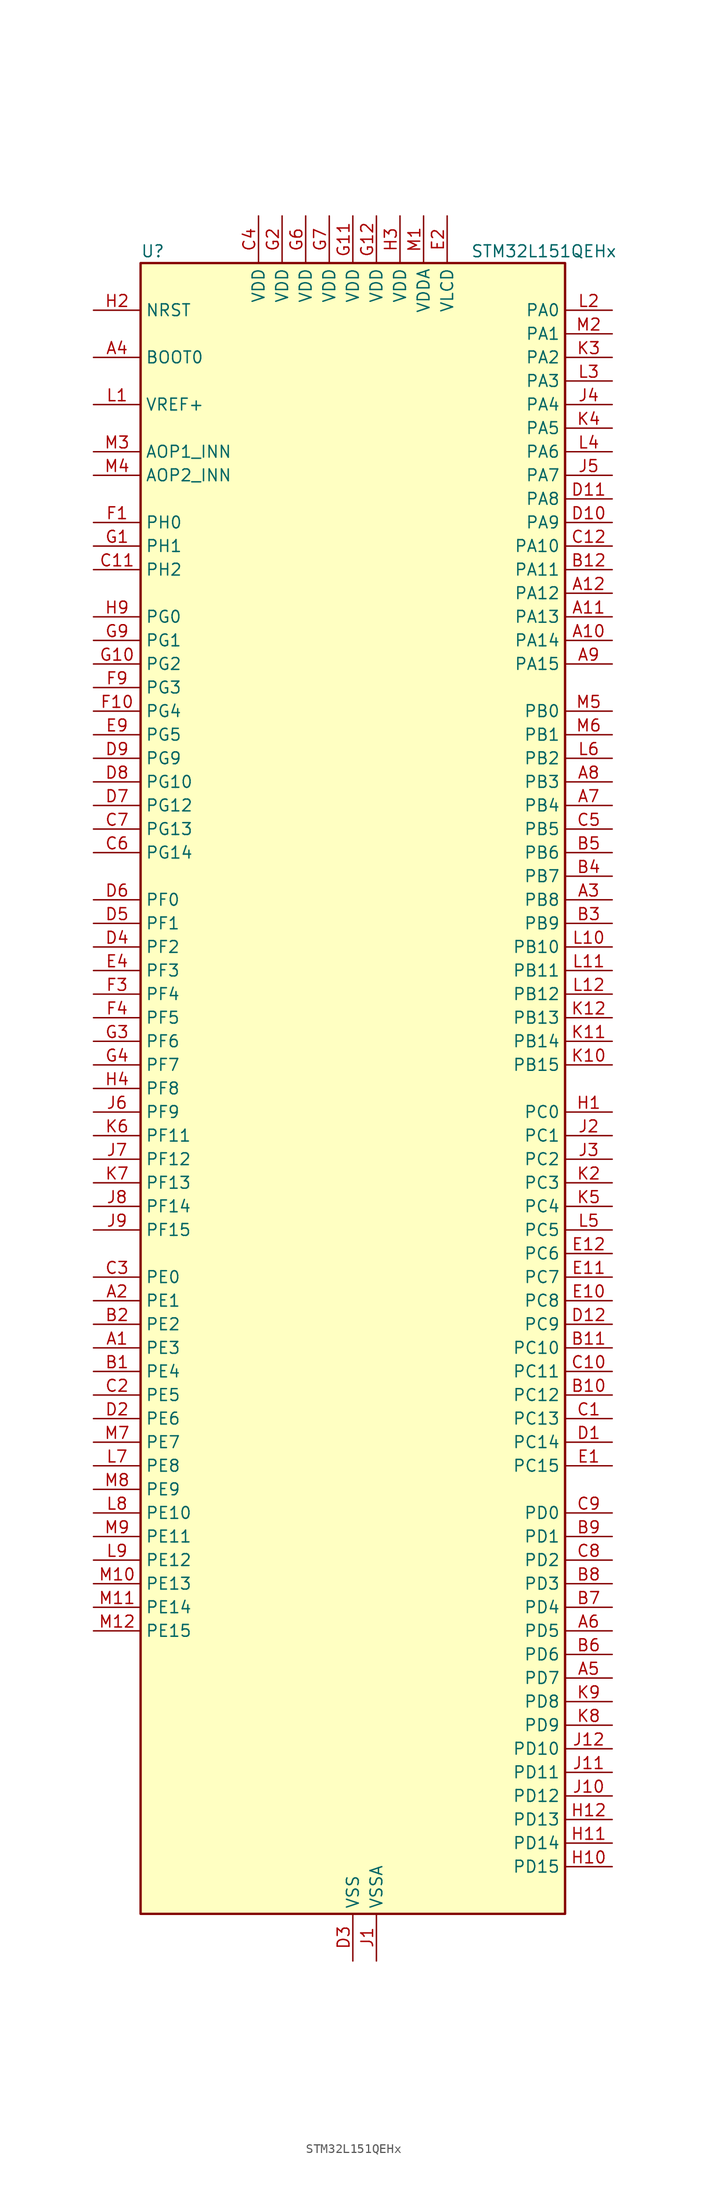
<source format=kicad_sym>
(kicad_symbol_lib
  (version 20241209)
  (generator "kicad_symbol_editor")
  (generator_version "9.0")
  (symbol "STM32L151QEHx"
    (property "Reference" "U"
      (at -22.86 90.17 0)
      (effects (font (size 1.27 1.27)) (justify left)))
    (property "Value" "STM32L151QEHx"
      (at 12.7 90.17 0)
      (effects (font (size 1.27 1.27)) (justify left)))
    (symbol "STM32L151QEHx_0_1"
      (rectangle (start -22.86 -88.9) (end 22.86 88.9) (stroke (width 0.254) (type default)) (fill (type background))))
    (symbol "STM32L151QEHx_1_1"
      (pin input line (at -27.94 83.82 0) (length 5.08) (name "NRST" (effects (font (size 1.27 1.27)))) (number "H2" (effects (font (size 1.27 1.27)))))
      (pin input line (at -27.94 78.74 0) (length 5.08) (name "BOOT0" (effects (font (size 1.27 1.27)))) (number "A4" (effects (font (size 1.27 1.27)))))
      (pin input line (at -27.94 73.66 0) (length 5.08) (name "VREF+" (effects (font (size 1.27 1.27)))) (number "L1" (effects (font (size 1.27 1.27)))))
      (pin input line (at -27.94 68.58 0) (length 5.08) (name "AOP1_INN" (effects (font (size 1.27 1.27)))) (number "M3" (effects (font (size 1.27 1.27)))) (alternate "OPAMP1_VINM" bidirectional line))
      (pin input line (at -27.94 66.04 0) (length 5.08) (name "AOP2_INN" (effects (font (size 1.27 1.27)))) (number "M4" (effects (font (size 1.27 1.27)))) (alternate "OPAMP2_VINM" bidirectional line))
      (pin bidirectional line (at -27.94 60.96 0) (length 5.08) (name "PH0" (effects (font (size 1.27 1.27)))) (number "F1" (effects (font (size 1.27 1.27)))) (alternate "RCC_OSC_IN" bidirectional line))
      (pin bidirectional line (at -27.94 58.42 0) (length 5.08) (name "PH1" (effects (font (size 1.27 1.27)))) (number "G1" (effects (font (size 1.27 1.27)))) (alternate "RCC_OSC_OUT" bidirectional line))
      (pin bidirectional line (at -27.94 55.88 0) (length 5.08) (name "PH2" (effects (font (size 1.27 1.27)))) (number "C11" (effects (font (size 1.27 1.27)))))
      (pin bidirectional line (at -27.94 50.8 0) (length 5.08) (name "PG0" (effects (font (size 1.27 1.27)))) (number "H9" (effects (font (size 1.27 1.27)))) (alternate "ADC_IN8b" bidirectional line) (alternate "TS_G2_IO4" bidirectional line))
      (pin bidirectional line (at -27.94 48.26 0) (length 5.08) (name "PG1" (effects (font (size 1.27 1.27)))) (number "G9" (effects (font (size 1.27 1.27)))) (alternate "ADC_IN9b" bidirectional line) (alternate "TS_G2_IO5" bidirectional line))
      (pin bidirectional line (at -27.94 45.72 0) (length 5.08) (name "PG2" (effects (font (size 1.27 1.27)))) (number "G10" (effects (font (size 1.27 1.27)))) (alternate "ADC_IN10b" bidirectional line) (alternate "TS_G7_IO5" bidirectional line))
      (pin bidirectional line (at -27.94 43.18 0) (length 5.08) (name "PG3" (effects (font (size 1.27 1.27)))) (number "F9" (effects (font (size 1.27 1.27)))) (alternate "ADC_IN11b" bidirectional line) (alternate "TS_G7_IO6" bidirectional line))
      (pin bidirectional line (at -27.94 40.64 0) (length 5.08) (name "PG4" (effects (font (size 1.27 1.27)))) (number "F10" (effects (font (size 1.27 1.27)))) (alternate "ADC_IN12b" bidirectional line) (alternate "TS_G7_IO7" bidirectional line))
      (pin bidirectional line (at -27.94 38.1 0) (length 5.08) (name "PG5" (effects (font (size 1.27 1.27)))) (number "E9" (effects (font (size 1.27 1.27)))))
      (pin bidirectional line (at -27.94 35.56 0) (length 5.08) (name "PG9" (effects (font (size 1.27 1.27)))) (number "D9" (effects (font (size 1.27 1.27)))) (alternate "DAC_EXTI9" bidirectional line))
      (pin bidirectional line (at -27.94 33.02 0) (length 5.08) (name "PG10" (effects (font (size 1.27 1.27)))) (number "D8" (effects (font (size 1.27 1.27)))))
      (pin bidirectional line (at -27.94 30.48 0) (length 5.08) (name "PG12" (effects (font (size 1.27 1.27)))) (number "D7" (effects (font (size 1.27 1.27)))))
      (pin bidirectional line (at -27.94 27.94 0) (length 5.08) (name "PG13" (effects (font (size 1.27 1.27)))) (number "C7" (effects (font (size 1.27 1.27)))))
      (pin bidirectional line (at -27.94 25.4 0) (length 5.08) (name "PG14" (effects (font (size 1.27 1.27)))) (number "C6" (effects (font (size 1.27 1.27)))))
      (pin bidirectional line (at -27.94 20.32 0) (length 5.08) (name "PF0" (effects (font (size 1.27 1.27)))) (number "D6" (effects (font (size 1.27 1.27)))))
      (pin bidirectional line (at -27.94 17.78 0) (length 5.08) (name "PF1" (effects (font (size 1.27 1.27)))) (number "D5" (effects (font (size 1.27 1.27)))))
      (pin bidirectional line (at -27.94 15.24 0) (length 5.08) (name "PF2" (effects (font (size 1.27 1.27)))) (number "D4" (effects (font (size 1.27 1.27)))))
      (pin bidirectional line (at -27.94 12.7 0) (length 5.08) (name "PF3" (effects (font (size 1.27 1.27)))) (number "E4" (effects (font (size 1.27 1.27)))))
      (pin bidirectional line (at -27.94 10.16 0) (length 5.08) (name "PF4" (effects (font (size 1.27 1.27)))) (number "F3" (effects (font (size 1.27 1.27)))))
      (pin bidirectional line (at -27.94 7.62 0) (length 5.08) (name "PF5" (effects (font (size 1.27 1.27)))) (number "F4" (effects (font (size 1.27 1.27)))))
      (pin bidirectional line (at -27.94 5.08 0) (length 5.08) (name "PF6" (effects (font (size 1.27 1.27)))) (number "G3" (effects (font (size 1.27 1.27)))) (alternate "ADC_IN27" bidirectional line) (alternate "TIM5_CH1" bidirectional line) (alternate "TIM5_ETR" bidirectional line) (alternate "TS_G11_IO1" bidirectional line))
      (pin bidirectional line (at -27.94 2.54 0) (length 5.08) (name "PF7" (effects (font (size 1.27 1.27)))) (number "G4" (effects (font (size 1.27 1.27)))) (alternate "ADC_IN28" bidirectional line) (alternate "COMP1_INP" bidirectional line) (alternate "TIM5_CH2" bidirectional line) (alternate "TS_G11_IO2" bidirectional line))
      (pin bidirectional line (at -27.94 0 0) (length 5.08) (name "PF8" (effects (font (size 1.27 1.27)))) (number "H4" (effects (font (size 1.27 1.27)))) (alternate "ADC_IN29" bidirectional line) (alternate "COMP1_INP" bidirectional line) (alternate "TIM5_CH3" bidirectional line) (alternate "TS_G11_IO3" bidirectional line))
      (pin bidirectional line (at -27.94 -2.54 0) (length 5.08) (name "PF9" (effects (font (size 1.27 1.27)))) (number "J6" (effects (font (size 1.27 1.27)))) (alternate "ADC_IN30" bidirectional line) (alternate "COMP1_INP" bidirectional line) (alternate "DAC_EXTI9" bidirectional line) (alternate "TIM5_CH4" bidirectional line) (alternate "TS_G11_IO4" bidirectional line))
      (pin bidirectional line (at -27.94 -5.08 0) (length 5.08) (name "PF11" (effects (font (size 1.27 1.27)))) (number "K6" (effects (font (size 1.27 1.27)))) (alternate "ADC_EXTI11" bidirectional line) (alternate "ADC_IN1b" bidirectional line) (alternate "TS_G3_IO4" bidirectional line))
      (pin bidirectional line (at -27.94 -7.62 0) (length 5.08) (name "PF12" (effects (font (size 1.27 1.27)))) (number "J7" (effects (font (size 1.27 1.27)))) (alternate "ADC_IN2b" bidirectional line) (alternate "TS_G3_IO5" bidirectional line))
      (pin bidirectional line (at -27.94 -10.16 0) (length 5.08) (name "PF13" (effects (font (size 1.27 1.27)))) (number "K7" (effects (font (size 1.27 1.27)))) (alternate "ADC_IN3b" bidirectional line) (alternate "TS_G9_IO3" bidirectional line))
      (pin bidirectional line (at -27.94 -12.7 0) (length 5.08) (name "PF14" (effects (font (size 1.27 1.27)))) (number "J8" (effects (font (size 1.27 1.27)))) (alternate "ADC_IN6b" bidirectional line) (alternate "TS_G9_IO4" bidirectional line))
      (pin bidirectional line (at -27.94 -15.24 0) (length 5.08) (name "PF15" (effects (font (size 1.27 1.27)))) (number "J9" (effects (font (size 1.27 1.27)))) (alternate "ADC_EXTI15" bidirectional line) (alternate "ADC_IN7b" bidirectional line) (alternate "TS_G2_IO3" bidirectional line))
      (pin bidirectional line (at -27.94 -20.32 0) (length 5.08) (name "PE0" (effects (font (size 1.27 1.27)))) (number "C3" (effects (font (size 1.27 1.27)))) (alternate "TIM10_CH1" bidirectional line) (alternate "TIM4_ETR" bidirectional line) (alternate "TIMX_IC1" bidirectional line))
      (pin bidirectional line (at -27.94 -22.86 0) (length 5.08) (name "PE1" (effects (font (size 1.27 1.27)))) (number "A2" (effects (font (size 1.27 1.27)))) (alternate "TIM11_CH1" bidirectional line) (alternate "TIMX_IC2" bidirectional line))
      (pin bidirectional line (at -27.94 -25.4 0) (length 5.08) (name "PE2" (effects (font (size 1.27 1.27)))) (number "B2" (effects (font (size 1.27 1.27)))) (alternate "SYS_TRACECK" bidirectional line) (alternate "TIM3_ETR" bidirectional line) (alternate "TIMX_IC3" bidirectional line))
      (pin bidirectional line (at -27.94 -27.94 0) (length 5.08) (name "PE3" (effects (font (size 1.27 1.27)))) (number "A1" (effects (font (size 1.27 1.27)))) (alternate "SYS_TRACED0" bidirectional line) (alternate "TIM3_CH1" bidirectional line) (alternate "TIMX_IC4" bidirectional line))
      (pin bidirectional line (at -27.94 -30.48 0) (length 5.08) (name "PE4" (effects (font (size 1.27 1.27)))) (number "B1" (effects (font (size 1.27 1.27)))) (alternate "SYS_TRACED1" bidirectional line) (alternate "TIM3_CH2" bidirectional line) (alternate "TIMX_IC1" bidirectional line))
      (pin bidirectional line (at -27.94 -33.02 0) (length 5.08) (name "PE5" (effects (font (size 1.27 1.27)))) (number "C2" (effects (font (size 1.27 1.27)))) (alternate "SYS_TRACED2" bidirectional line) (alternate "TIM9_CH1" bidirectional line) (alternate "TIMX_IC2" bidirectional line))
      (pin bidirectional line (at -27.94 -35.56 0) (length 5.08) (name "PE6" (effects (font (size 1.27 1.27)))) (number "D2" (effects (font (size 1.27 1.27)))) (alternate "RTC_TAMP3" bidirectional line) (alternate "SYS_TRACED3" bidirectional line) (alternate "SYS_WKUP3" bidirectional line) (alternate "TIM9_CH2" bidirectional line) (alternate "TIMX_IC3" bidirectional line))
      (pin bidirectional line (at -27.94 -38.1 0) (length 5.08) (name "PE7" (effects (font (size 1.27 1.27)))) (number "M7" (effects (font (size 1.27 1.27)))) (alternate "ADC_IN22" bidirectional line) (alternate "COMP1_INP" bidirectional line) (alternate "TIMX_IC4" bidirectional line))
      (pin bidirectional line (at -27.94 -40.64 0) (length 5.08) (name "PE8" (effects (font (size 1.27 1.27)))) (number "L7" (effects (font (size 1.27 1.27)))) (alternate "ADC_IN23" bidirectional line) (alternate "COMP1_INP" bidirectional line) (alternate "TIMX_IC1" bidirectional line))
      (pin bidirectional line (at -27.94 -43.18 0) (length 5.08) (name "PE9" (effects (font (size 1.27 1.27)))) (number "M8" (effects (font (size 1.27 1.27)))) (alternate "ADC_IN24" bidirectional line) (alternate "COMP1_INP" bidirectional line) (alternate "DAC_EXTI9" bidirectional line) (alternate "TIM2_CH1" bidirectional line) (alternate "TIM2_ETR" bidirectional line) (alternate "TIMX_IC2" bidirectional line))
      (pin bidirectional line (at -27.94 -45.72 0) (length 5.08) (name "PE10" (effects (font (size 1.27 1.27)))) (number "L8" (effects (font (size 1.27 1.27)))) (alternate "ADC_IN25" bidirectional line) (alternate "COMP1_INP" bidirectional line) (alternate "TIM2_CH2" bidirectional line) (alternate "TIMX_IC3" bidirectional line))
      (pin bidirectional line (at -27.94 -48.26 0) (length 5.08) (name "PE11" (effects (font (size 1.27 1.27)))) (number "M9" (effects (font (size 1.27 1.27)))) (alternate "ADC_EXTI11" bidirectional line) (alternate "TIM2_CH3" bidirectional line) (alternate "TIMX_IC4" bidirectional line))
      (pin bidirectional line (at -27.94 -50.8 0) (length 5.08) (name "PE12" (effects (font (size 1.27 1.27)))) (number "L9" (effects (font (size 1.27 1.27)))) (alternate "SPI1_NSS" bidirectional line) (alternate "TIM2_CH4" bidirectional line) (alternate "TIMX_IC1" bidirectional line))
      (pin bidirectional line (at -27.94 -53.34 0) (length 5.08) (name "PE13" (effects (font (size 1.27 1.27)))) (number "M10" (effects (font (size 1.27 1.27)))) (alternate "SPI1_SCK" bidirectional line) (alternate "TIMX_IC2" bidirectional line))
      (pin bidirectional line (at -27.94 -55.88 0) (length 5.08) (name "PE14" (effects (font (size 1.27 1.27)))) (number "M11" (effects (font (size 1.27 1.27)))) (alternate "SPI1_MISO" bidirectional line) (alternate "TIMX_IC3" bidirectional line))
      (pin bidirectional line (at -27.94 -58.42 0) (length 5.08) (name "PE15" (effects (font (size 1.27 1.27)))) (number "M12" (effects (font (size 1.27 1.27)))) (alternate "ADC_EXTI15" bidirectional line) (alternate "SPI1_MOSI" bidirectional line) (alternate "TIMX_IC4" bidirectional line))
      (pin no_connect line (at -22.86 -88.9 0) (length 5.08) (hide yes) (name "NC" (effects (font (size 1.27 1.27)))) (number "K1" (effects (font (size 1.27 1.27)))))
      (pin power_in line (at -10.16 93.98 270) (length 5.08) (name "VDD" (effects (font (size 1.27 1.27)))) (number "C4" (effects (font (size 1.27 1.27)))))
      (pin power_in line (at -7.62 93.98 270) (length 5.08) (name "VDD" (effects (font (size 1.27 1.27)))) (number "G2" (effects (font (size 1.27 1.27)))))
      (pin power_in line (at -5.08 93.98 270) (length 5.08) (name "VDD" (effects (font (size 1.27 1.27)))) (number "G6" (effects (font (size 1.27 1.27)))))
      (pin power_in line (at -2.54 93.98 270) (length 5.08) (name "VDD" (effects (font (size 1.27 1.27)))) (number "G7" (effects (font (size 1.27 1.27)))))
      (pin power_in line (at 0 93.98 270) (length 5.08) (name "VDD" (effects (font (size 1.27 1.27)))) (number "G11" (effects (font (size 1.27 1.27)))))
      (pin power_in line (at 0 -93.98 90) (length 5.08) (name "VSS" (effects (font (size 1.27 1.27)))) (number "D3" (effects (font (size 1.27 1.27)))))
      (pin passive line (at 0 -93.98 90) (length 5.08) (hide yes) (name "VSS" (effects (font (size 1.27 1.27)))) (number "E3" (effects (font (size 1.27 1.27)))))
      (pin passive line (at 0 -93.98 90) (length 5.08) (hide yes) (name "VSS" (effects (font (size 1.27 1.27)))) (number "F11" (effects (font (size 1.27 1.27)))))
      (pin passive line (at 0 -93.98 90) (length 5.08) (hide yes) (name "VSS" (effects (font (size 1.27 1.27)))) (number "F12" (effects (font (size 1.27 1.27)))))
      (pin passive line (at 0 -93.98 90) (length 5.08) (hide yes) (name "VSS" (effects (font (size 1.27 1.27)))) (number "F2" (effects (font (size 1.27 1.27)))))
      (pin passive line (at 0 -93.98 90) (length 5.08) (hide yes) (name "VSS" (effects (font (size 1.27 1.27)))) (number "F6" (effects (font (size 1.27 1.27)))))
      (pin passive line (at 0 -93.98 90) (length 5.08) (hide yes) (name "VSS" (effects (font (size 1.27 1.27)))) (number "F7" (effects (font (size 1.27 1.27)))))
      (pin power_in line (at 2.54 93.98 270) (length 5.08) (name "VDD" (effects (font (size 1.27 1.27)))) (number "G12" (effects (font (size 1.27 1.27)))))
      (pin power_in line (at 2.54 -93.98 90) (length 5.08) (name "VSSA" (effects (font (size 1.27 1.27)))) (number "J1" (effects (font (size 1.27 1.27)))))
      (pin power_in line (at 5.08 93.98 270) (length 5.08) (name "VDD" (effects (font (size 1.27 1.27)))) (number "H3" (effects (font (size 1.27 1.27)))))
      (pin power_in line (at 7.62 93.98 270) (length 5.08) (name "VDDA" (effects (font (size 1.27 1.27)))) (number "M1" (effects (font (size 1.27 1.27)))))
      (pin power_in line (at 10.16 93.98 270) (length 5.08) (name "VLCD" (effects (font (size 1.27 1.27)))) (number "E2" (effects (font (size 1.27 1.27)))))
      (pin bidirectional line (at 27.94 83.82 180) (length 5.08) (name "PA0" (effects (font (size 1.27 1.27)))) (number "L2" (effects (font (size 1.27 1.27)))) (alternate "ADC_IN0" bidirectional line) (alternate "COMP1_INP" bidirectional line) (alternate "RTC_TAMP2" bidirectional line) (alternate "SYS_WKUP1" bidirectional line) (alternate "TIM2_CH1" bidirectional line) (alternate "TIM2_ETR" bidirectional line) (alternate "TIM5_CH1" bidirectional line) (alternate "TIMX_IC1" bidirectional line) (alternate "TS_G1_IO1" bidirectional line) (alternate "USART2_CTS" bidirectional line))
      (pin bidirectional line (at 27.94 81.28 180) (length 5.08) (name "PA1" (effects (font (size 1.27 1.27)))) (number "M2" (effects (font (size 1.27 1.27)))) (alternate "ADC_IN1" bidirectional line) (alternate "COMP1_INP" bidirectional line) (alternate "OPAMP1_VINP" bidirectional line) (alternate "TIM2_CH2" bidirectional line) (alternate "TIM5_CH2" bidirectional line) (alternate "TIMX_IC2" bidirectional line) (alternate "TS_G1_IO2" bidirectional line) (alternate "USART2_RTS" bidirectional line))
      (pin bidirectional line (at 27.94 78.74 180) (length 5.08) (name "PA2" (effects (font (size 1.27 1.27)))) (number "K3" (effects (font (size 1.27 1.27)))) (alternate "ADC_IN2" bidirectional line) (alternate "COMP1_INP" bidirectional line) (alternate "TIM2_CH3" bidirectional line) (alternate "TIM5_CH3" bidirectional line) (alternate "TIM9_CH1" bidirectional line) (alternate "TIMX_IC3" bidirectional line) (alternate "TS_G1_IO3" bidirectional line) (alternate "USART2_TX" bidirectional line))
      (pin bidirectional line (at 27.94 76.2 180) (length 5.08) (name "PA3" (effects (font (size 1.27 1.27)))) (number "L3" (effects (font (size 1.27 1.27)))) (alternate "ADC_IN3" bidirectional line) (alternate "COMP1_INP" bidirectional line) (alternate "OPAMP1_VOUT" bidirectional line) (alternate "TIM2_CH4" bidirectional line) (alternate "TIM5_CH4" bidirectional line) (alternate "TIM9_CH2" bidirectional line) (alternate "TIMX_IC4" bidirectional line) (alternate "TS_G1_IO4" bidirectional line) (alternate "USART2_RX" bidirectional line))
      (pin bidirectional line (at 27.94 73.66 180) (length 5.08) (name "PA4" (effects (font (size 1.27 1.27)))) (number "J4" (effects (font (size 1.27 1.27)))) (alternate "ADC_IN4" bidirectional line) (alternate "COMP1_INP" bidirectional line) (alternate "DAC_OUT1" bidirectional line) (alternate "I2S3_WS" bidirectional line) (alternate "SPI1_NSS" bidirectional line) (alternate "SPI3_NSS" bidirectional line) (alternate "TIMX_IC1" bidirectional line) (alternate "USART2_CK" bidirectional line))
      (pin bidirectional line (at 27.94 71.12 180) (length 5.08) (name "PA5" (effects (font (size 1.27 1.27)))) (number "K4" (effects (font (size 1.27 1.27)))) (alternate "ADC_IN5" bidirectional line) (alternate "COMP1_INP" bidirectional line) (alternate "DAC_OUT2" bidirectional line) (alternate "SPI1_SCK" bidirectional line) (alternate "TIM2_CH1" bidirectional line) (alternate "TIM2_ETR" bidirectional line) (alternate "TIMX_IC2" bidirectional line))
      (pin bidirectional line (at 27.94 68.58 180) (length 5.08) (name "PA6" (effects (font (size 1.27 1.27)))) (number "L4" (effects (font (size 1.27 1.27)))) (alternate "ADC_IN6" bidirectional line) (alternate "COMP1_INP" bidirectional line) (alternate "OPAMP2_VINP" bidirectional line) (alternate "SPI1_MISO" bidirectional line) (alternate "TIM10_CH1" bidirectional line) (alternate "TIM3_CH1" bidirectional line) (alternate "TIMX_IC3" bidirectional line) (alternate "TS_G2_IO1" bidirectional line))
      (pin bidirectional line (at 27.94 66.04 180) (length 5.08) (name "PA7" (effects (font (size 1.27 1.27)))) (number "J5" (effects (font (size 1.27 1.27)))) (alternate "ADC_IN7" bidirectional line) (alternate "COMP1_INP" bidirectional line) (alternate "SPI1_MOSI" bidirectional line) (alternate "TIM11_CH1" bidirectional line) (alternate "TIM3_CH2" bidirectional line) (alternate "TIMX_IC4" bidirectional line) (alternate "TS_G2_IO2" bidirectional line))
      (pin bidirectional line (at 27.94 63.5 180) (length 5.08) (name "PA8" (effects (font (size 1.27 1.27)))) (number "D11" (effects (font (size 1.27 1.27)))) (alternate "RCC_MCO" bidirectional line) (alternate "TIMX_IC1" bidirectional line) (alternate "TS_G4_IO1" bidirectional line) (alternate "USART1_CK" bidirectional line))
      (pin bidirectional line (at 27.94 60.96 180) (length 5.08) (name "PA9" (effects (font (size 1.27 1.27)))) (number "D10" (effects (font (size 1.27 1.27)))) (alternate "DAC_EXTI9" bidirectional line) (alternate "TIMX_IC2" bidirectional line) (alternate "TS_G4_IO2" bidirectional line) (alternate "USART1_TX" bidirectional line))
      (pin bidirectional line (at 27.94 58.42 180) (length 5.08) (name "PA10" (effects (font (size 1.27 1.27)))) (number "C12" (effects (font (size 1.27 1.27)))) (alternate "TIMX_IC3" bidirectional line) (alternate "TS_G4_IO3" bidirectional line) (alternate "USART1_RX" bidirectional line))
      (pin bidirectional line (at 27.94 55.88 180) (length 5.08) (name "PA11" (effects (font (size 1.27 1.27)))) (number "B12" (effects (font (size 1.27 1.27)))) (alternate "ADC_EXTI11" bidirectional line) (alternate "SPI1_MISO" bidirectional line) (alternate "TIMX_IC4" bidirectional line) (alternate "USART1_CTS" bidirectional line) (alternate "USB_DM" bidirectional line))
      (pin bidirectional line (at 27.94 53.34 180) (length 5.08) (name "PA12" (effects (font (size 1.27 1.27)))) (number "A12" (effects (font (size 1.27 1.27)))) (alternate "SPI1_MOSI" bidirectional line) (alternate "TIMX_IC1" bidirectional line) (alternate "USART1_RTS" bidirectional line) (alternate "USB_DP" bidirectional line))
      (pin bidirectional line (at 27.94 50.8 180) (length 5.08) (name "PA13" (effects (font (size 1.27 1.27)))) (number "A11" (effects (font (size 1.27 1.27)))) (alternate "SYS_JTMS-SWDIO" bidirectional line) (alternate "TIMX_IC2" bidirectional line) (alternate "TS_G5_IO1" bidirectional line))
      (pin bidirectional line (at 27.94 48.26 180) (length 5.08) (name "PA14" (effects (font (size 1.27 1.27)))) (number "A10" (effects (font (size 1.27 1.27)))) (alternate "SYS_JTCK-SWCLK" bidirectional line) (alternate "TIMX_IC3" bidirectional line) (alternate "TS_G5_IO2" bidirectional line))
      (pin bidirectional line (at 27.94 45.72 180) (length 5.08) (name "PA15" (effects (font (size 1.27 1.27)))) (number "A9" (effects (font (size 1.27 1.27)))) (alternate "ADC_EXTI15" bidirectional line) (alternate "I2S3_WS" bidirectional line) (alternate "SPI1_NSS" bidirectional line) (alternate "SPI3_NSS" bidirectional line) (alternate "SYS_JTDI" bidirectional line) (alternate "TIM2_CH1" bidirectional line) (alternate "TIM2_ETR" bidirectional line) (alternate "TIMX_IC4" bidirectional line) (alternate "TS_G5_IO3" bidirectional line))
      (pin bidirectional line (at 27.94 40.64 180) (length 5.08) (name "PB0" (effects (font (size 1.27 1.27)))) (number "M5" (effects (font (size 1.27 1.27)))) (alternate "ADC_IN8" bidirectional line) (alternate "COMP1_INP" bidirectional line) (alternate "OPAMP2_VOUT" bidirectional line) (alternate "SYS_V_REF_OUT" bidirectional line) (alternate "TIM3_CH3" bidirectional line) (alternate "TS_G3_IO1" bidirectional line))
      (pin bidirectional line (at 27.94 38.1 180) (length 5.08) (name "PB1" (effects (font (size 1.27 1.27)))) (number "M6" (effects (font (size 1.27 1.27)))) (alternate "ADC_IN9" bidirectional line) (alternate "COMP1_INP" bidirectional line) (alternate "SYS_V_REF_OUT" bidirectional line) (alternate "TIM3_CH4" bidirectional line) (alternate "TS_G3_IO2" bidirectional line))
      (pin bidirectional line (at 27.94 35.56 180) (length 5.08) (name "PB2" (effects (font (size 1.27 1.27)))) (number "L6" (effects (font (size 1.27 1.27)))) (alternate "ADC_IN0b" bidirectional line) (alternate "TS_G3_IO3" bidirectional line))
      (pin bidirectional line (at 27.94 33.02 180) (length 5.08) (name "PB3" (effects (font (size 1.27 1.27)))) (number "A8" (effects (font (size 1.27 1.27)))) (alternate "COMP2_INM" bidirectional line) (alternate "I2S3_CK" bidirectional line) (alternate "SPI1_SCK" bidirectional line) (alternate "SPI3_SCK" bidirectional line) (alternate "SYS_JTDO-TRACESWO" bidirectional line) (alternate "TIM2_CH2" bidirectional line))
      (pin bidirectional line (at 27.94 30.48 180) (length 5.08) (name "PB4" (effects (font (size 1.27 1.27)))) (number "A7" (effects (font (size 1.27 1.27)))) (alternate "COMP2_INP" bidirectional line) (alternate "SPI1_MISO" bidirectional line) (alternate "SPI3_MISO" bidirectional line) (alternate "SYS_JTRST" bidirectional line) (alternate "TIM3_CH1" bidirectional line) (alternate "TS_G6_IO1" bidirectional line))
      (pin bidirectional line (at 27.94 27.94 180) (length 5.08) (name "PB5" (effects (font (size 1.27 1.27)))) (number "C5" (effects (font (size 1.27 1.27)))) (alternate "COMP2_INP" bidirectional line) (alternate "I2C1_SMBA" bidirectional line) (alternate "I2S3_SD" bidirectional line) (alternate "SPI1_MOSI" bidirectional line) (alternate "SPI3_MOSI" bidirectional line) (alternate "TIM3_CH2" bidirectional line) (alternate "TS_G6_IO2" bidirectional line))
      (pin bidirectional line (at 27.94 25.4 180) (length 5.08) (name "PB6" (effects (font (size 1.27 1.27)))) (number "B5" (effects (font (size 1.27 1.27)))) (alternate "COMP2_INP" bidirectional line) (alternate "I2C1_SCL" bidirectional line) (alternate "TIM4_CH1" bidirectional line) (alternate "TS_G6_IO3" bidirectional line) (alternate "USART1_TX" bidirectional line))
      (pin bidirectional line (at 27.94 22.86 180) (length 5.08) (name "PB7" (effects (font (size 1.27 1.27)))) (number "B4" (effects (font (size 1.27 1.27)))) (alternate "COMP2_INP" bidirectional line) (alternate "I2C1_SDA" bidirectional line) (alternate "SYS_PVD_IN" bidirectional line) (alternate "TIM4_CH2" bidirectional line) (alternate "TS_G6_IO4" bidirectional line) (alternate "USART1_RX" bidirectional line))
      (pin bidirectional line (at 27.94 20.32 180) (length 5.08) (name "PB8" (effects (font (size 1.27 1.27)))) (number "A3" (effects (font (size 1.27 1.27)))) (alternate "I2C1_SCL" bidirectional line) (alternate "TIM10_CH1" bidirectional line) (alternate "TIM4_CH3" bidirectional line))
      (pin bidirectional line (at 27.94 17.78 180) (length 5.08) (name "PB9" (effects (font (size 1.27 1.27)))) (number "B3" (effects (font (size 1.27 1.27)))) (alternate "DAC_EXTI9" bidirectional line) (alternate "I2C1_SDA" bidirectional line) (alternate "TIM11_CH1" bidirectional line) (alternate "TIM4_CH4" bidirectional line))
      (pin bidirectional line (at 27.94 15.24 180) (length 5.08) (name "PB10" (effects (font (size 1.27 1.27)))) (number "L10" (effects (font (size 1.27 1.27)))) (alternate "I2C2_SCL" bidirectional line) (alternate "TIM2_CH3" bidirectional line) (alternate "USART3_TX" bidirectional line))
      (pin bidirectional line (at 27.94 12.7 180) (length 5.08) (name "PB11" (effects (font (size 1.27 1.27)))) (number "L11" (effects (font (size 1.27 1.27)))) (alternate "ADC_EXTI11" bidirectional line) (alternate "I2C2_SDA" bidirectional line) (alternate "TIM2_CH4" bidirectional line) (alternate "USART3_RX" bidirectional line))
      (pin bidirectional line (at 27.94 10.16 180) (length 5.08) (name "PB12" (effects (font (size 1.27 1.27)))) (number "L12" (effects (font (size 1.27 1.27)))) (alternate "ADC_IN18" bidirectional line) (alternate "COMP1_INP" bidirectional line) (alternate "I2C2_SMBA" bidirectional line) (alternate "I2S2_WS" bidirectional line) (alternate "SPI2_NSS" bidirectional line) (alternate "TIM10_CH1" bidirectional line) (alternate "TS_G7_IO1" bidirectional line) (alternate "USART3_CK" bidirectional line))
      (pin bidirectional line (at 27.94 7.62 180) (length 5.08) (name "PB13" (effects (font (size 1.27 1.27)))) (number "K12" (effects (font (size 1.27 1.27)))) (alternate "ADC_IN19" bidirectional line) (alternate "COMP1_INP" bidirectional line) (alternate "I2S2_CK" bidirectional line) (alternate "SPI2_SCK" bidirectional line) (alternate "TIM9_CH1" bidirectional line) (alternate "TS_G7_IO2" bidirectional line) (alternate "USART3_CTS" bidirectional line))
      (pin bidirectional line (at 27.94 5.08 180) (length 5.08) (name "PB14" (effects (font (size 1.27 1.27)))) (number "K11" (effects (font (size 1.27 1.27)))) (alternate "ADC_IN20" bidirectional line) (alternate "COMP1_INP" bidirectional line) (alternate "SPI2_MISO" bidirectional line) (alternate "TIM9_CH2" bidirectional line) (alternate "TS_G7_IO3" bidirectional line) (alternate "USART3_RTS" bidirectional line))
      (pin bidirectional line (at 27.94 2.54 180) (length 5.08) (name "PB15" (effects (font (size 1.27 1.27)))) (number "K10" (effects (font (size 1.27 1.27)))) (alternate "ADC_EXTI15" bidirectional line) (alternate "ADC_IN21" bidirectional line) (alternate "COMP1_INP" bidirectional line) (alternate "I2S2_SD" bidirectional line) (alternate "RTC_REFIN" bidirectional line) (alternate "SPI2_MOSI" bidirectional line) (alternate "TIM11_CH1" bidirectional line) (alternate "TS_G7_IO4" bidirectional line))
      (pin bidirectional line (at 27.94 -2.54 180) (length 5.08) (name "PC0" (effects (font (size 1.27 1.27)))) (number "H1" (effects (font (size 1.27 1.27)))) (alternate "ADC_IN10" bidirectional line) (alternate "COMP1_INP" bidirectional line) (alternate "TIMX_IC1" bidirectional line) (alternate "TS_G8_IO1" bidirectional line))
      (pin bidirectional line (at 27.94 -5.08 180) (length 5.08) (name "PC1" (effects (font (size 1.27 1.27)))) (number "J2" (effects (font (size 1.27 1.27)))) (alternate "ADC_IN11" bidirectional line) (alternate "COMP1_INP" bidirectional line) (alternate "TIMX_IC2" bidirectional line) (alternate "TS_G8_IO2" bidirectional line))
      (pin bidirectional line (at 27.94 -7.62 180) (length 5.08) (name "PC2" (effects (font (size 1.27 1.27)))) (number "J3" (effects (font (size 1.27 1.27)))) (alternate "ADC_IN12" bidirectional line) (alternate "COMP1_INP" bidirectional line) (alternate "TIMX_IC3" bidirectional line) (alternate "TS_G8_IO3" bidirectional line))
      (pin bidirectional line (at 27.94 -10.16 180) (length 5.08) (name "PC3" (effects (font (size 1.27 1.27)))) (number "K2" (effects (font (size 1.27 1.27)))) (alternate "ADC_IN13" bidirectional line) (alternate "COMP1_INP" bidirectional line) (alternate "TIMX_IC4" bidirectional line) (alternate "TS_G8_IO4" bidirectional line))
      (pin bidirectional line (at 27.94 -12.7 180) (length 5.08) (name "PC4" (effects (font (size 1.27 1.27)))) (number "K5" (effects (font (size 1.27 1.27)))) (alternate "ADC_IN14" bidirectional line) (alternate "COMP1_INP" bidirectional line) (alternate "TIMX_IC1" bidirectional line) (alternate "TS_G9_IO1" bidirectional line))
      (pin bidirectional line (at 27.94 -15.24 180) (length 5.08) (name "PC5" (effects (font (size 1.27 1.27)))) (number "L5" (effects (font (size 1.27 1.27)))) (alternate "ADC_IN15" bidirectional line) (alternate "COMP1_INP" bidirectional line) (alternate "TIMX_IC2" bidirectional line) (alternate "TS_G9_IO2" bidirectional line))
      (pin bidirectional line (at 27.94 -17.78 180) (length 5.08) (name "PC6" (effects (font (size 1.27 1.27)))) (number "E12" (effects (font (size 1.27 1.27)))) (alternate "I2S2_MCK" bidirectional line) (alternate "TIM3_CH1" bidirectional line) (alternate "TIMX_IC3" bidirectional line) (alternate "TS_G10_IO1" bidirectional line))
      (pin bidirectional line (at 27.94 -20.32 180) (length 5.08) (name "PC7" (effects (font (size 1.27 1.27)))) (number "E11" (effects (font (size 1.27 1.27)))) (alternate "I2S3_MCK" bidirectional line) (alternate "TIM3_CH2" bidirectional line) (alternate "TIMX_IC4" bidirectional line) (alternate "TS_G10_IO2" bidirectional line))
      (pin bidirectional line (at 27.94 -22.86 180) (length 5.08) (name "PC8" (effects (font (size 1.27 1.27)))) (number "E10" (effects (font (size 1.27 1.27)))) (alternate "TIM3_CH3" bidirectional line) (alternate "TIMX_IC1" bidirectional line) (alternate "TS_G10_IO3" bidirectional line))
      (pin bidirectional line (at 27.94 -25.4 180) (length 5.08) (name "PC9" (effects (font (size 1.27 1.27)))) (number "D12" (effects (font (size 1.27 1.27)))) (alternate "DAC_EXTI9" bidirectional line) (alternate "TIM3_CH4" bidirectional line) (alternate "TIMX_IC2" bidirectional line) (alternate "TS_G10_IO4" bidirectional line))
      (pin bidirectional line (at 27.94 -27.94 180) (length 5.08) (name "PC10" (effects (font (size 1.27 1.27)))) (number "B11" (effects (font (size 1.27 1.27)))) (alternate "I2S3_CK" bidirectional line) (alternate "SPI3_SCK" bidirectional line) (alternate "TIMX_IC3" bidirectional line) (alternate "UART4_TX" bidirectional line) (alternate "USART3_TX" bidirectional line))
      (pin bidirectional line (at 27.94 -30.48 180) (length 5.08) (name "PC11" (effects (font (size 1.27 1.27)))) (number "C10" (effects (font (size 1.27 1.27)))) (alternate "ADC_EXTI11" bidirectional line) (alternate "SPI3_MISO" bidirectional line) (alternate "TIMX_IC4" bidirectional line) (alternate "UART4_RX" bidirectional line) (alternate "USART3_RX" bidirectional line))
      (pin bidirectional line (at 27.94 -33.02 180) (length 5.08) (name "PC12" (effects (font (size 1.27 1.27)))) (number "B10" (effects (font (size 1.27 1.27)))) (alternate "I2S3_SD" bidirectional line) (alternate "SPI3_MOSI" bidirectional line) (alternate "TIMX_IC1" bidirectional line) (alternate "UART5_TX" bidirectional line) (alternate "USART3_CK" bidirectional line))
      (pin bidirectional line (at 27.94 -35.56 180) (length 5.08) (name "PC13" (effects (font (size 1.27 1.27)))) (number "C1" (effects (font (size 1.27 1.27)))) (alternate "RTC_OUT_ALARM" bidirectional line) (alternate "RTC_OUT_CALIB" bidirectional line) (alternate "RTC_TAMP1" bidirectional line) (alternate "RTC_TS" bidirectional line) (alternate "SYS_WKUP2" bidirectional line) (alternate "TIMX_IC2" bidirectional line))
      (pin bidirectional line (at 27.94 -38.1 180) (length 5.08) (name "PC14" (effects (font (size 1.27 1.27)))) (number "D1" (effects (font (size 1.27 1.27)))) (alternate "RCC_OSC32_IN" bidirectional line) (alternate "TIMX_IC3" bidirectional line))
      (pin bidirectional line (at 27.94 -40.64 180) (length 5.08) (name "PC15" (effects (font (size 1.27 1.27)))) (number "E1" (effects (font (size 1.27 1.27)))) (alternate "ADC_EXTI15" bidirectional line) (alternate "RCC_OSC32_OUT" bidirectional line) (alternate "TIMX_IC4" bidirectional line))
      (pin bidirectional line (at 27.94 -45.72 180) (length 5.08) (name "PD0" (effects (font (size 1.27 1.27)))) (number "C9" (effects (font (size 1.27 1.27)))) (alternate "I2S2_WS" bidirectional line) (alternate "SPI2_NSS" bidirectional line) (alternate "TIM9_CH1" bidirectional line) (alternate "TIMX_IC1" bidirectional line))
      (pin bidirectional line (at 27.94 -48.26 180) (length 5.08) (name "PD1" (effects (font (size 1.27 1.27)))) (number "B9" (effects (font (size 1.27 1.27)))) (alternate "I2S2_CK" bidirectional line) (alternate "SPI2_SCK" bidirectional line) (alternate "TIMX_IC2" bidirectional line))
      (pin bidirectional line (at 27.94 -50.8 180) (length 5.08) (name "PD2" (effects (font (size 1.27 1.27)))) (number "C8" (effects (font (size 1.27 1.27)))) (alternate "TIM3_ETR" bidirectional line) (alternate "TIMX_IC3" bidirectional line) (alternate "UART5_RX" bidirectional line))
      (pin bidirectional line (at 27.94 -53.34 180) (length 5.08) (name "PD3" (effects (font (size 1.27 1.27)))) (number "B8" (effects (font (size 1.27 1.27)))) (alternate "SPI2_MISO" bidirectional line) (alternate "TIMX_IC4" bidirectional line) (alternate "USART2_CTS" bidirectional line))
      (pin bidirectional line (at 27.94 -55.88 180) (length 5.08) (name "PD4" (effects (font (size 1.27 1.27)))) (number "B7" (effects (font (size 1.27 1.27)))) (alternate "I2S2_SD" bidirectional line) (alternate "SPI2_MOSI" bidirectional line) (alternate "TIMX_IC1" bidirectional line) (alternate "USART2_RTS" bidirectional line))
      (pin bidirectional line (at 27.94 -58.42 180) (length 5.08) (name "PD5" (effects (font (size 1.27 1.27)))) (number "A6" (effects (font (size 1.27 1.27)))) (alternate "TIMX_IC2" bidirectional line) (alternate "USART2_TX" bidirectional line))
      (pin bidirectional line (at 27.94 -60.96 180) (length 5.08) (name "PD6" (effects (font (size 1.27 1.27)))) (number "B6" (effects (font (size 1.27 1.27)))) (alternate "TIMX_IC3" bidirectional line) (alternate "USART2_RX" bidirectional line))
      (pin bidirectional line (at 27.94 -63.5 180) (length 5.08) (name "PD7" (effects (font (size 1.27 1.27)))) (number "A5" (effects (font (size 1.27 1.27)))) (alternate "TIM9_CH2" bidirectional line) (alternate "TIMX_IC4" bidirectional line) (alternate "USART2_CK" bidirectional line))
      (pin bidirectional line (at 27.94 -66.04 180) (length 5.08) (name "PD8" (effects (font (size 1.27 1.27)))) (number "K9" (effects (font (size 1.27 1.27)))) (alternate "TIMX_IC1" bidirectional line) (alternate "USART3_TX" bidirectional line))
      (pin bidirectional line (at 27.94 -68.58 180) (length 5.08) (name "PD9" (effects (font (size 1.27 1.27)))) (number "K8" (effects (font (size 1.27 1.27)))) (alternate "DAC_EXTI9" bidirectional line) (alternate "TIMX_IC2" bidirectional line) (alternate "USART3_RX" bidirectional line))
      (pin bidirectional line (at 27.94 -71.12 180) (length 5.08) (name "PD10" (effects (font (size 1.27 1.27)))) (number "J12" (effects (font (size 1.27 1.27)))) (alternate "TIMX_IC3" bidirectional line) (alternate "USART3_CK" bidirectional line))
      (pin bidirectional line (at 27.94 -73.66 180) (length 5.08) (name "PD11" (effects (font (size 1.27 1.27)))) (number "J11" (effects (font (size 1.27 1.27)))) (alternate "ADC_EXTI11" bidirectional line) (alternate "TIMX_IC4" bidirectional line) (alternate "USART3_CTS" bidirectional line))
      (pin bidirectional line (at 27.94 -76.2 180) (length 5.08) (name "PD12" (effects (font (size 1.27 1.27)))) (number "J10" (effects (font (size 1.27 1.27)))) (alternate "TIM4_CH1" bidirectional line) (alternate "TIMX_IC1" bidirectional line) (alternate "USART3_RTS" bidirectional line))
      (pin bidirectional line (at 27.94 -78.74 180) (length 5.08) (name "PD13" (effects (font (size 1.27 1.27)))) (number "H12" (effects (font (size 1.27 1.27)))) (alternate "TIM4_CH2" bidirectional line) (alternate "TIMX_IC2" bidirectional line))
      (pin bidirectional line (at 27.94 -81.28 180) (length 5.08) (name "PD14" (effects (font (size 1.27 1.27)))) (number "H11" (effects (font (size 1.27 1.27)))) (alternate "TIM4_CH3" bidirectional line) (alternate "TIMX_IC3" bidirectional line))
      (pin bidirectional line (at 27.94 -83.82 180) (length 5.08) (name "PD15" (effects (font (size 1.27 1.27)))) (number "H10" (effects (font (size 1.27 1.27)))) (alternate "ADC_EXTI15" bidirectional line) (alternate "TIM4_CH4" bidirectional line) (alternate "TIMX_IC4" bidirectional line)))))
</source>
